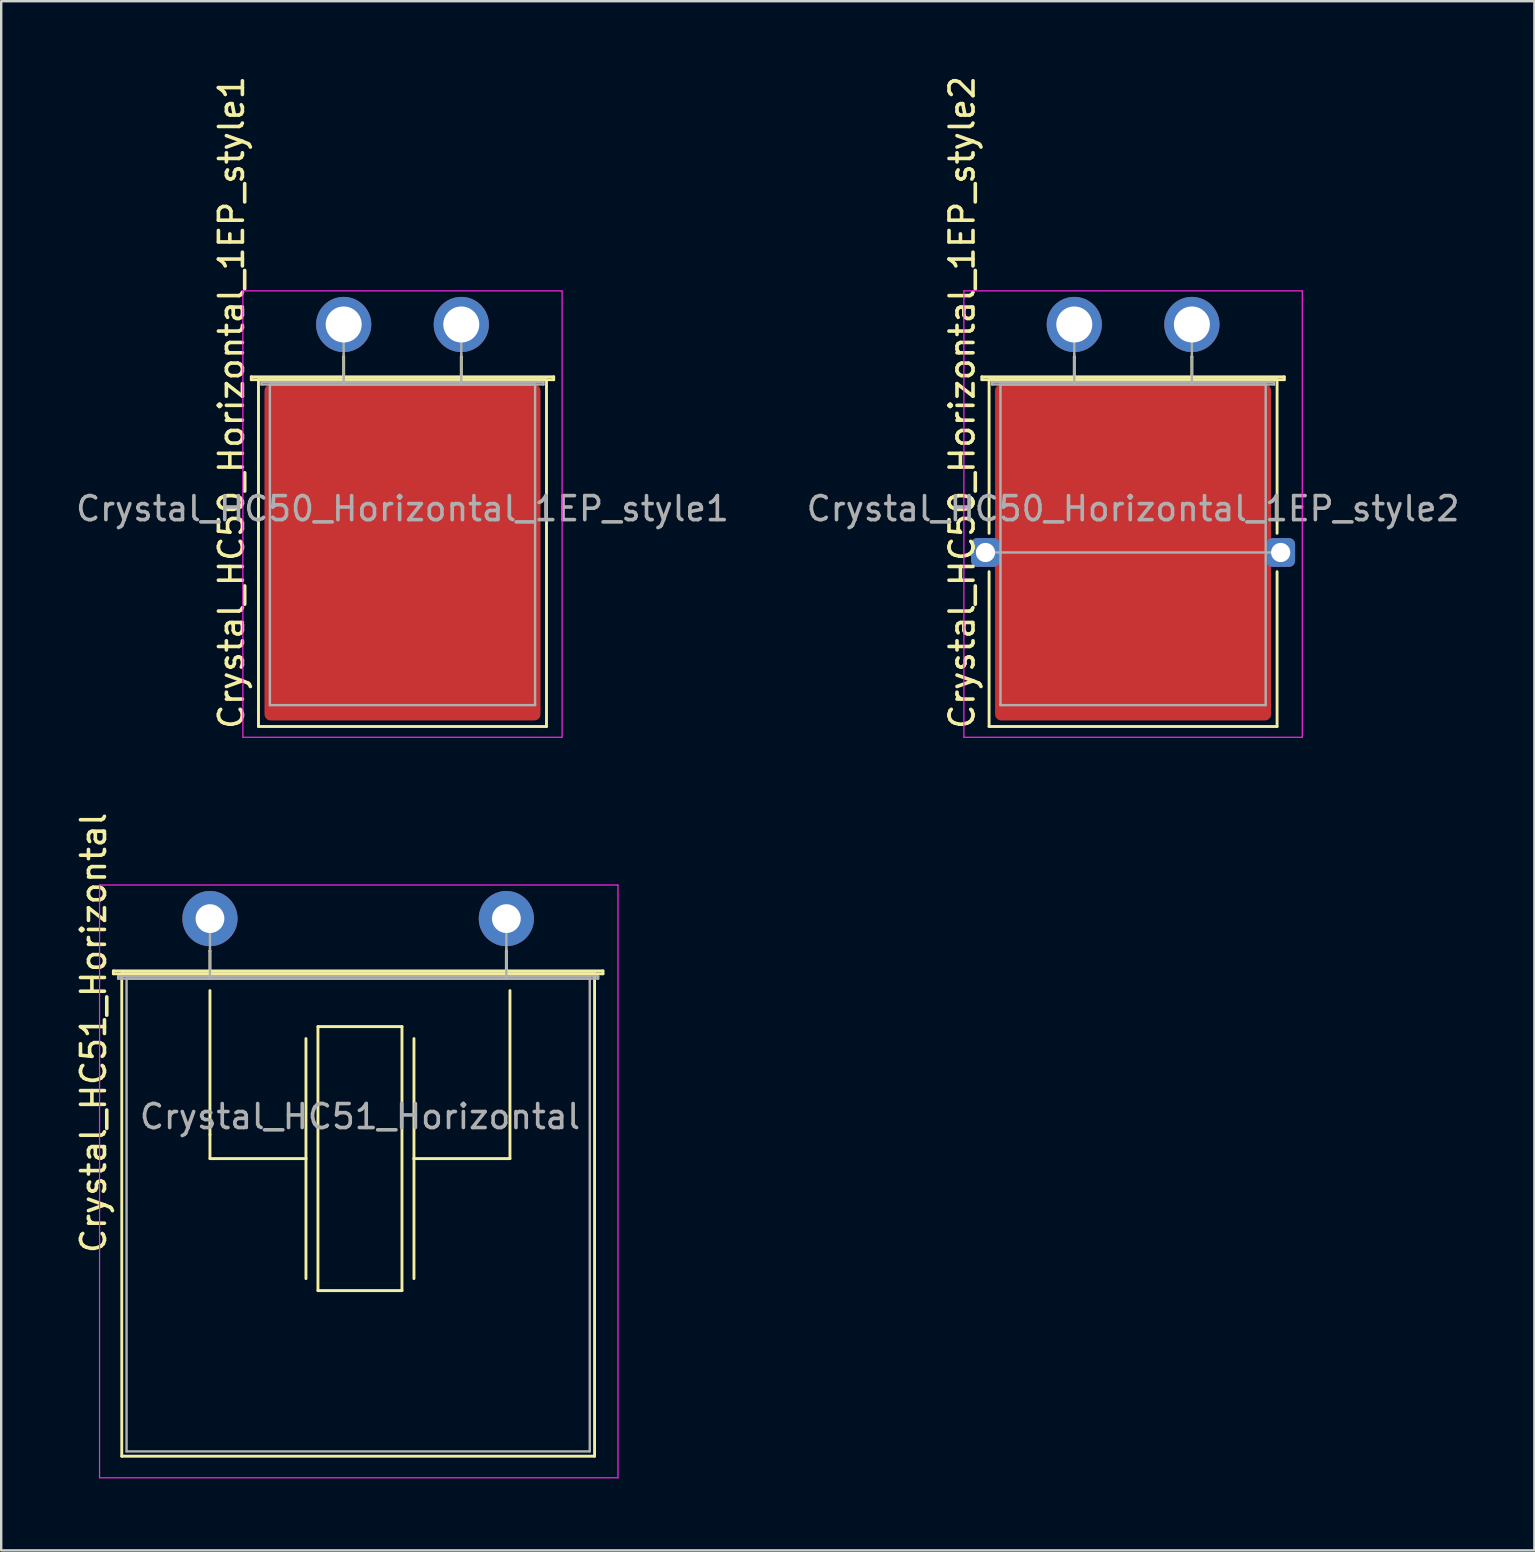
<source format=kicad_pcb>
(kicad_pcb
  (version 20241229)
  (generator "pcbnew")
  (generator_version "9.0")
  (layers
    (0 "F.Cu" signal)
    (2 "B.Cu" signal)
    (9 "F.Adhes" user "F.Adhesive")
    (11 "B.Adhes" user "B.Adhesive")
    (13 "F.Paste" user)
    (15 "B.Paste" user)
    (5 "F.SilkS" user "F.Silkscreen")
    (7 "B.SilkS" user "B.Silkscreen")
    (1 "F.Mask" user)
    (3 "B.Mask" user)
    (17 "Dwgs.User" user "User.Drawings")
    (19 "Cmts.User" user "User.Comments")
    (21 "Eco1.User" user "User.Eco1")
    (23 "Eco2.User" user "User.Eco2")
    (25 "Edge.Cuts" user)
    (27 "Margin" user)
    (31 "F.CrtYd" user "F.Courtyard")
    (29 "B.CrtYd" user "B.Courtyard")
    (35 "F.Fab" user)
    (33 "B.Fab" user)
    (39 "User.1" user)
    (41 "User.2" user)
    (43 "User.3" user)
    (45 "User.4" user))
  (footprint "Crystal_HC50_Horizontal_1EP_style2"
    (layer "F.Cu")
    (at 41.711 10.47)
    (property "Reference" "Crystal_HC50_Horizontal_1EP_style2" (at -4.675 3.25 90) (layer "F.SilkS") (effects (font (size 1 1) (thickness 0.15))))
    (attr through_hole)
    (fp_line (start -3.85 2.18) (end 8.75 2.18) (stroke (width 0.12) (type solid)) (layer "F.SilkS"))
    (fp_line (start -3.85 2.3) (end -3.85 2.18) (stroke (width 0.12) (type solid)) (layer "F.SilkS"))
    (fp_line (start -3.55 8.7) (end -3.55 2.3) (stroke (width 0.12) (type solid)) (layer "F.SilkS"))
    (fp_line (start -3.55 16.75) (end -3.55 10.3) (stroke (width 0.12) (type solid)) (layer "F.SilkS"))
    (fp_line (start -3.5 2.3) (end 8.4 2.3) (stroke (width 0.12) (type solid)) (layer "F.SilkS"))
    (fp_line (start 0 1.35) (end 0 1.35) (stroke (width 0.12) (type solid)) (layer "F.SilkS"))
    (fp_line (start 0 2.3) (end 0 1.35) (stroke (width 0.12) (type solid)) (layer "F.SilkS"))
    (fp_line (start 4.9 1.35) (end 4.9 1.35) (stroke (width 0.12) (type solid)) (layer "F.SilkS"))
    (fp_line (start 4.9 2.3) (end 4.9 1.35) (stroke (width 0.12) (type solid)) (layer "F.SilkS"))
    (fp_line (start 8.45 2.3) (end 8.45 8.7) (stroke (width 0.12) (type solid)) (layer "F.SilkS"))
    (fp_line (start 8.45 10.3) (end 8.45 16.75) (stroke (width 0.12) (type solid)) (layer "F.SilkS"))
    (fp_line (start 8.45 16.75) (end -3.55 16.75) (stroke (width 0.12) (type solid)) (layer "F.SilkS"))
    (fp_line (start 8.75 2.18) (end 8.75 2.3) (stroke (width 0.12) (type solid)) (layer "F.SilkS"))
    (fp_line (start 8.75 2.3) (end -3.85 2.3) (stroke (width 0.12) (type solid)) (layer "F.SilkS"))
    (fp_line (start -4.6 -1.4) (end -4.6 17.2) (stroke (width 0.05) (type solid)) (layer "F.CrtYd"))
    (fp_line (start -4.6 17.2) (end 9.5 17.2) (stroke (width 0.05) (type solid)) (layer "F.CrtYd"))
    (fp_line (start 9.5 -1.4) (end -4.6 -1.4) (stroke (width 0.05) (type solid)) (layer "F.CrtYd"))
    (fp_line (start 9.5 17.2) (end 9.5 -1.4) (stroke (width 0.05) (type solid)) (layer "F.CrtYd"))
    (fp_line (start -3.7 9.5) (end 8.6 9.5) (stroke (width 0.1) (type solid)) (layer "F.Fab"))
    (fp_line (start -3.425 2.4) (end 8.325 2.4) (stroke (width 0.1) (type solid)) (layer "F.Fab"))
    (fp_line (start -3.425 2.5) (end -3.425 2.4) (stroke (width 0.1) (type solid)) (layer "F.Fab"))
    (fp_line (start -3.075 2.5) (end -3.075 15.86) (stroke (width 0.1) (type solid)) (layer "F.Fab"))
    (fp_line (start -3.075 15.86) (end 7.975 15.86) (stroke (width 0.1) (type solid)) (layer "F.Fab"))
    (fp_line (start 0 1.25) (end 0 0) (stroke (width 0.1) (type solid)) (layer "F.Fab"))
    (fp_line (start 0 2.5) (end 0 1.25) (stroke (width 0.1) (type solid)) (layer "F.Fab"))
    (fp_line (start 4.9 1.25) (end 4.9 0) (stroke (width 0.1) (type solid)) (layer "F.Fab"))
    (fp_line (start 4.9 2.5) (end 4.9 1.25) (stroke (width 0.1) (type solid)) (layer "F.Fab"))
    (fp_line (start 7.975 2.5) (end -3.075 2.5) (stroke (width 0.1) (type solid)) (layer "F.Fab"))
    (fp_line (start 7.975 15.86) (end 7.975 2.5) (stroke (width 0.1) (type solid)) (layer "F.Fab"))
    (fp_line (start 8.325 2.4) (end 8.325 2.5) (stroke (width 0.1) (type solid)) (layer "F.Fab"))
    (fp_line (start 8.325 2.5) (end -3.425 2.5) (stroke (width 0.1) (type solid)) (layer "F.Fab"))
    (fp_text user "${REFERENCE}" (at 2.45 7.675 0) (layer "F.Fab") (effects (font (size 1 1) (thickness 0.15))))
    (pad "1" thru_hole circle (at 0 0) (size 2.3 2.3) (drill 1.5) (layers "*.Cu" "*.Mask"))
    (pad "2" thru_hole circle (at 4.9 0) (size 2.3 2.3) (drill 1.5) (layers "*.Cu" "*.Mask"))
    (pad "3" thru_hole roundrect (at -3.7 9.5) (size 1.2 1.2) (drill 0.8) (layers "*.Cu" "*.Mask") (roundrect_rratio 0.208))
    (pad "3" smd roundrect (at 2.45 9.5) (size 11.5 14) (layers "F.Cu" "F.Mask" "F.Paste") (roundrect_rratio 0.022))
    (pad "3" thru_hole roundrect (at 8.6 9.5) (size 1.2 1.2) (drill 0.8) (layers "*.Cu" "*.Mask") (roundrect_rratio 0.208)))
  (footprint "Crystal_HC50_Horizontal_1EP_style1"
    (layer "F.Cu")
    (at 11.27 10.47)
    (property "Reference" "Crystal_HC50_Horizontal_1EP_style1" (at -4.675 3.25 90) (layer "F.SilkS") (effects (font (size 1 1) (thickness 0.15))))
    (attr through_hole)
    (fp_line (start -3.85 2.18) (end 8.75 2.18) (stroke (width 0.12) (type solid)) (layer "F.SilkS"))
    (fp_line (start -3.85 2.3) (end -3.85 2.18) (stroke (width 0.12) (type solid)) (layer "F.SilkS"))
    (fp_line (start -3.55 2.3) (end -3.55 16.75) (stroke (width 0.12) (type solid)) (layer "F.SilkS"))
    (fp_line (start -3.55 16.75) (end 8.45 16.75) (stroke (width 0.12) (type solid)) (layer "F.SilkS"))
    (fp_line (start 0 1.35) (end 0 1.35) (stroke (width 0.12) (type solid)) (layer "F.SilkS"))
    (fp_line (start 0 2.3) (end 0 1.35) (stroke (width 0.12) (type solid)) (layer "F.SilkS"))
    (fp_line (start 4.9 1.35) (end 4.9 1.35) (stroke (width 0.12) (type solid)) (layer "F.SilkS"))
    (fp_line (start 4.9 2.3) (end 4.9 1.35) (stroke (width 0.12) (type solid)) (layer "F.SilkS"))
    (fp_line (start 8.4 2.3) (end -3.5 2.3) (stroke (width 0.12) (type solid)) (layer "F.SilkS"))
    (fp_line (start 8.45 16.75) (end 8.45 2.3) (stroke (width 0.12) (type solid)) (layer "F.SilkS"))
    (fp_line (start 8.75 2.18) (end 8.75 2.3) (stroke (width 0.12) (type solid)) (layer "F.SilkS"))
    (fp_line (start 8.75 2.3) (end -3.85 2.3) (stroke (width 0.12) (type solid)) (layer "F.SilkS"))
    (fp_line (start -4.2 -1.4) (end -4.2 17.2) (stroke (width 0.05) (type solid)) (layer "F.CrtYd"))
    (fp_line (start -4.2 17.2) (end 9.1 17.2) (stroke (width 0.05) (type solid)) (layer "F.CrtYd"))
    (fp_line (start 9.1 -1.4) (end -4.2 -1.4) (stroke (width 0.05) (type solid)) (layer "F.CrtYd"))
    (fp_line (start 9.1 17.2) (end 9.1 -1.4) (stroke (width 0.05) (type solid)) (layer "F.CrtYd"))
    (fp_line (start -3.425 2.4) (end 8.325 2.4) (stroke (width 0.1) (type solid)) (layer "F.Fab"))
    (fp_line (start -3.425 2.5) (end -3.425 2.4) (stroke (width 0.1) (type solid)) (layer "F.Fab"))
    (fp_line (start -3.075 2.5) (end -3.075 15.86) (stroke (width 0.1) (type solid)) (layer "F.Fab"))
    (fp_line (start -3.075 15.86) (end 7.975 15.86) (stroke (width 0.1) (type solid)) (layer "F.Fab"))
    (fp_line (start 0 1.25) (end 0 0) (stroke (width 0.1) (type solid)) (layer "F.Fab"))
    (fp_line (start 0 2.5) (end 0 1.25) (stroke (width 0.1) (type solid)) (layer "F.Fab"))
    (fp_line (start 4.9 1.25) (end 4.9 0) (stroke (width 0.1) (type solid)) (layer "F.Fab"))
    (fp_line (start 4.9 2.5) (end 4.9 1.25) (stroke (width 0.1) (type solid)) (layer "F.Fab"))
    (fp_line (start 7.975 2.5) (end -3.075 2.5) (stroke (width 0.1) (type solid)) (layer "F.Fab"))
    (fp_line (start 7.975 15.86) (end 7.975 2.5) (stroke (width 0.1) (type solid)) (layer "F.Fab"))
    (fp_line (start 8.325 2.4) (end 8.325 2.5) (stroke (width 0.1) (type solid)) (layer "F.Fab"))
    (fp_line (start 8.325 2.5) (end -3.425 2.5) (stroke (width 0.1) (type solid)) (layer "F.Fab"))
    (fp_text user "${REFERENCE}" (at 2.45 7.675 0) (layer "F.Fab") (effects (font (size 1 1) (thickness 0.15))))
    (pad "1" thru_hole circle (at 0 0) (size 2.3 2.3) (drill 1.5) (layers "*.Cu" "*.Mask"))
    (pad "2" thru_hole circle (at 4.9 0) (size 2.3 2.3) (drill 1.5) (layers "*.Cu" "*.Mask"))
    (pad "3" smd roundrect (at 2.45 9.5) (size 11.5 14) (layers "F.Cu" "F.Mask" "F.Paste") (roundrect_rratio 0.022)))
  (footprint "Crystal_HC51_Horizontal"
    (layer "F.Cu")
    (at 5.698 35.224)
    (property "Reference" "Crystal_HC51_Horizontal" (at -4.85 4.763 90) (layer "F.SilkS") (effects (font (size 1 1) (thickness 0.15))))
    (attr through_hole)
    (fp_line (start -4.025 2.18) (end 16.375 2.18) (stroke (width 0.12) (type solid)) (layer "F.SilkS"))
    (fp_line (start -4.025 2.3) (end -4.025 2.18) (stroke (width 0.12) (type solid)) (layer "F.SilkS"))
    (fp_line (start -3.675 2.3) (end -3.675 22.4) (stroke (width 0.12) (type solid)) (layer "F.SilkS"))
    (fp_line (start -3.675 22.4) (end 16.025 22.4) (stroke (width 0.12) (type solid)) (layer "F.SilkS"))
    (fp_line (start 0 1.35) (end 0 1.35) (stroke (width 0.12) (type solid)) (layer "F.SilkS"))
    (fp_line (start 0 2.3) (end 0 1.35) (stroke (width 0.12) (type solid)) (layer "F.SilkS"))
    (fp_line (start 0 3) (end 0 9) (stroke (width 0.12) (type solid)) (layer "F.SilkS"))
    (fp_line (start 0 9) (end 0 10) (stroke (width 0.12) (type solid)) (layer "F.SilkS"))
    (fp_line (start 0 10) (end 4 10) (stroke (width 0.12) (type solid)) (layer "F.SilkS"))
    (fp_line (start 4 10) (end 4 5) (stroke (width 0.12) (type solid)) (layer "F.SilkS"))
    (fp_line (start 4 15) (end 4 10) (stroke (width 0.12) (type solid)) (layer "F.SilkS"))
    (fp_line (start 4.5 4.5) (end 4.5 15.5) (stroke (width 0.12) (type solid)) (layer "F.SilkS"))
    (fp_line (start 4.5 15.5) (end 8 15.5) (stroke (width 0.12) (type solid)) (layer "F.SilkS"))
    (fp_line (start 8 4.5) (end 4.5 4.5) (stroke (width 0.12) (type solid)) (layer "F.SilkS"))
    (fp_line (start 8 15.5) (end 8 4.5) (stroke (width 0.12) (type solid)) (layer "F.SilkS"))
    (fp_line (start 8.5 5) (end 8.5 10) (stroke (width 0.12) (type solid)) (layer "F.SilkS"))
    (fp_line (start 8.5 10) (end 8.5 15) (stroke (width 0.12) (type solid)) (layer "F.SilkS"))
    (fp_line (start 12.35 1.35) (end 12.35 1.35) (stroke (width 0.12) (type solid)) (layer "F.SilkS"))
    (fp_line (start 12.35 2.3) (end 12.35 1.35) (stroke (width 0.12) (type solid)) (layer "F.SilkS"))
    (fp_line (start 12.5 3) (end 12.5 10) (stroke (width 0.12) (type solid)) (layer "F.SilkS"))
    (fp_line (start 12.5 10) (end 8.5 10) (stroke (width 0.12) (type solid)) (layer "F.SilkS"))
    (fp_line (start 16.025 2.3) (end -3.675 2.3) (stroke (width 0.12) (type solid)) (layer "F.SilkS"))
    (fp_line (start 16.025 22.4) (end 16.025 2.3) (stroke (width 0.12) (type solid)) (layer "F.SilkS"))
    (fp_line (start 16.375 2.18) (end 16.375 2.3) (stroke (width 0.12) (type solid)) (layer "F.SilkS"))
    (fp_line (start 16.375 2.3) (end -4.025 2.3) (stroke (width 0.12) (type solid)) (layer "F.SilkS"))
    (fp_line (start -4.6 -1.4) (end -4.6 23.3) (stroke (width 0.05) (type solid)) (layer "F.CrtYd"))
    (fp_line (start -4.6 23.3) (end 17 23.3) (stroke (width 0.05) (type solid)) (layer "F.CrtYd"))
    (fp_line (start 17 -1.4) (end -4.6 -1.4) (stroke (width 0.05) (type solid)) (layer "F.CrtYd"))
    (fp_line (start 17 23.3) (end 17 -1.4) (stroke (width 0.05) (type solid)) (layer "F.CrtYd"))
    (fp_line (start -3.825 2.4) (end 16.175 2.4) (stroke (width 0.1) (type solid)) (layer "F.Fab"))
    (fp_line (start -3.825 2.5) (end -3.825 2.4) (stroke (width 0.1) (type solid)) (layer "F.Fab"))
    (fp_line (start -3.475 2.5) (end -3.475 22.2) (stroke (width 0.1) (type solid)) (layer "F.Fab"))
    (fp_line (start -3.475 22.2) (end 15.825 22.2) (stroke (width 0.1) (type solid)) (layer "F.Fab"))
    (fp_line (start 0 1.25) (end 0 0) (stroke (width 0.1) (type solid)) (layer "F.Fab"))
    (fp_line (start 0 2.5) (end 0 1.25) (stroke (width 0.1) (type solid)) (layer "F.Fab"))
    (fp_line (start 12.35 1.25) (end 12.35 0) (stroke (width 0.1) (type solid)) (layer "F.Fab"))
    (fp_line (start 12.35 2.5) (end 12.35 1.25) (stroke (width 0.1) (type solid)) (layer "F.Fab"))
    (fp_line (start 15.825 2.5) (end -3.475 2.5) (stroke (width 0.1) (type solid)) (layer "F.Fab"))
    (fp_line (start 15.825 22.2) (end 15.825 2.5) (stroke (width 0.1) (type solid)) (layer "F.Fab"))
    (fp_line (start 16.175 2.4) (end 16.175 2.5) (stroke (width 0.1) (type solid)) (layer "F.Fab"))
    (fp_line (start 16.175 2.5) (end -3.825 2.5) (stroke (width 0.1) (type solid)) (layer "F.Fab"))
    (fp_text user "${REFERENCE}" (at 6.25 8.25 0) (layer "F.Fab") (effects (font (size 1 1) (thickness 0.15))))
    (pad "1" thru_hole circle (at 0 0) (size 2.3 2.3) (drill 1.2) (layers "*.Cu" "*.Mask"))
    (pad "2" thru_hole circle (at 12.35 0) (size 2.3 2.3) (drill 1.2) (layers "*.Cu" "*.Mask")))
  (gr_rect
    (start -3 -3)
    (end 60.881 61.549)
    (stroke (width 0.1) (type default))
    (fill no)
    (layer "Edge.Cuts")))
</source>
